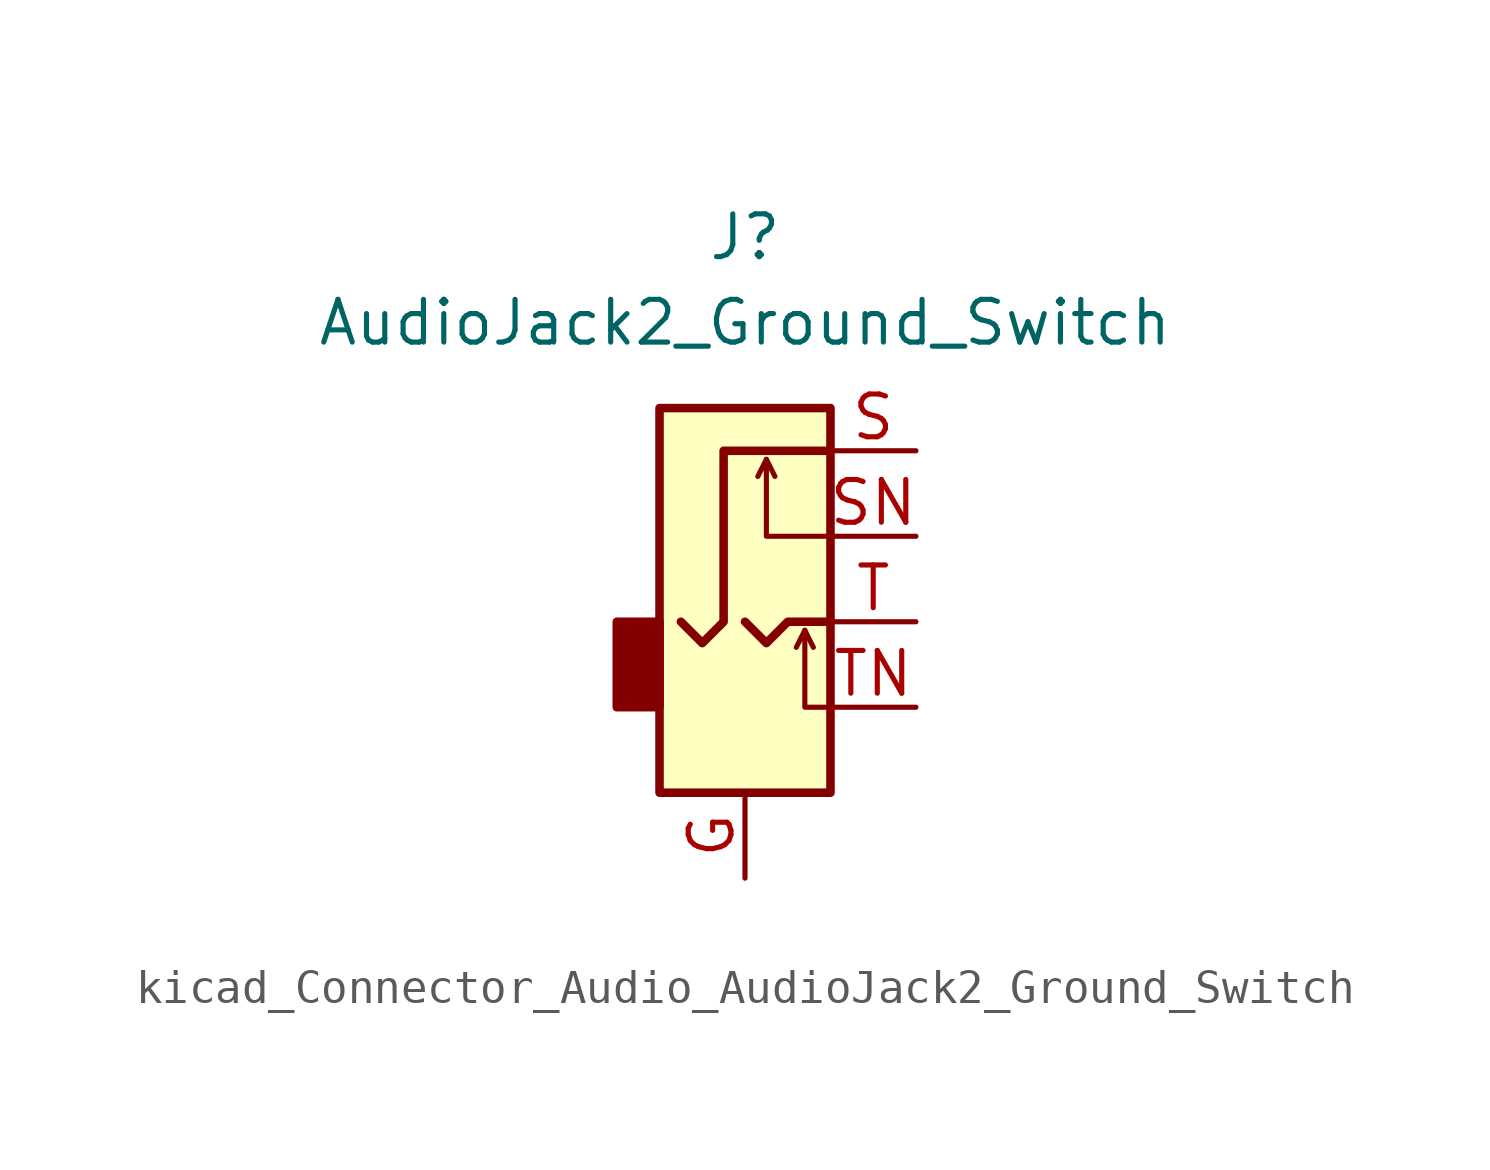
<source format=kicad_sym>
(kicad_symbol_lib
  (version 20220914)
  (generator kicad_symbol_editor)
  (symbol "kicad_Connector_Audio_AudioJack2_Ground_Switch"
    (property "Reference" "J"
      (at 0 11.43 0)
      (effects (font (size 1.27 1.27))))
    (property "Value" "AudioJack2_Ground_Switch"
      (at 0 8.89 0)
      (effects (font (size 1.27 1.27))))
    (symbol "kicad_Connector_Audio_AudioJack2_Ground_Switch_0_1"
      (rectangle (start -2.54 -2.54) (end -3.81 0) (stroke (width 0.254) (type default)) (fill (type outline)))
      (rectangle (start 2.54 6.35) (end -2.54 -5.08) (stroke (width 0.254) (type default)) (fill (type background))))
    (symbol "kicad_Connector_Audio_AudioJack2_Ground_Switch_1_1"
      (polyline (pts (xy 0.635 4.826) (xy 0.889 4.318)) (stroke (width 0) (type default)) (fill (type none)))
      (polyline (pts (xy 1.778 -0.254) (xy 2.032 -0.762)) (stroke (width 0) (type default)) (fill (type none)))
      (polyline (pts (xy 0 0) (xy 0.635 -0.635) (xy 1.27 0) (xy 2.54 0)) (stroke (width 0.254) (type default)) (fill (type none)))
      (polyline (pts (xy 2.54 -2.54) (xy 1.778 -2.54) (xy 1.778 -0.254) (xy 1.524 -0.762)) (stroke (width 0) (type default)) (fill (type none)))
      (polyline (pts (xy 2.54 2.54) (xy 0.635 2.54) (xy 0.635 4.826) (xy 0.381 4.318)) (stroke (width 0) (type default)) (fill (type none)))
      (polyline (pts (xy 2.54 5.08) (xy -0.635 5.08) (xy -0.635 0) (xy -1.27 -0.635) (xy -1.905 0)) (stroke (width 0.254) (type default)) (fill (type none)))
      (pin passive line (at 0 -7.62 90) (length 2.54) (name "~" (effects (font (size 1.27 1.27)))) (number "G" (effects (font (size 1.27 1.27)))))
      (pin passive line (at 5.08 5.08 180) (length 2.54) (name "~" (effects (font (size 1.27 1.27)))) (number "S" (effects (font (size 1.27 1.27)))))
      (pin passive line (at 5.08 2.54 180) (length 2.54) (name "~" (effects (font (size 1.27 1.27)))) (number "SN" (effects (font (size 1.27 1.27)))))
      (pin passive line (at 5.08 0 180) (length 2.54) (name "~" (effects (font (size 1.27 1.27)))) (number "T" (effects (font (size 1.27 1.27)))))
      (pin passive line (at 5.08 -2.54 180) (length 2.54) (name "~" (effects (font (size 1.27 1.27)))) (number "TN" (effects (font (size 1.27 1.27))))))))
</source>
